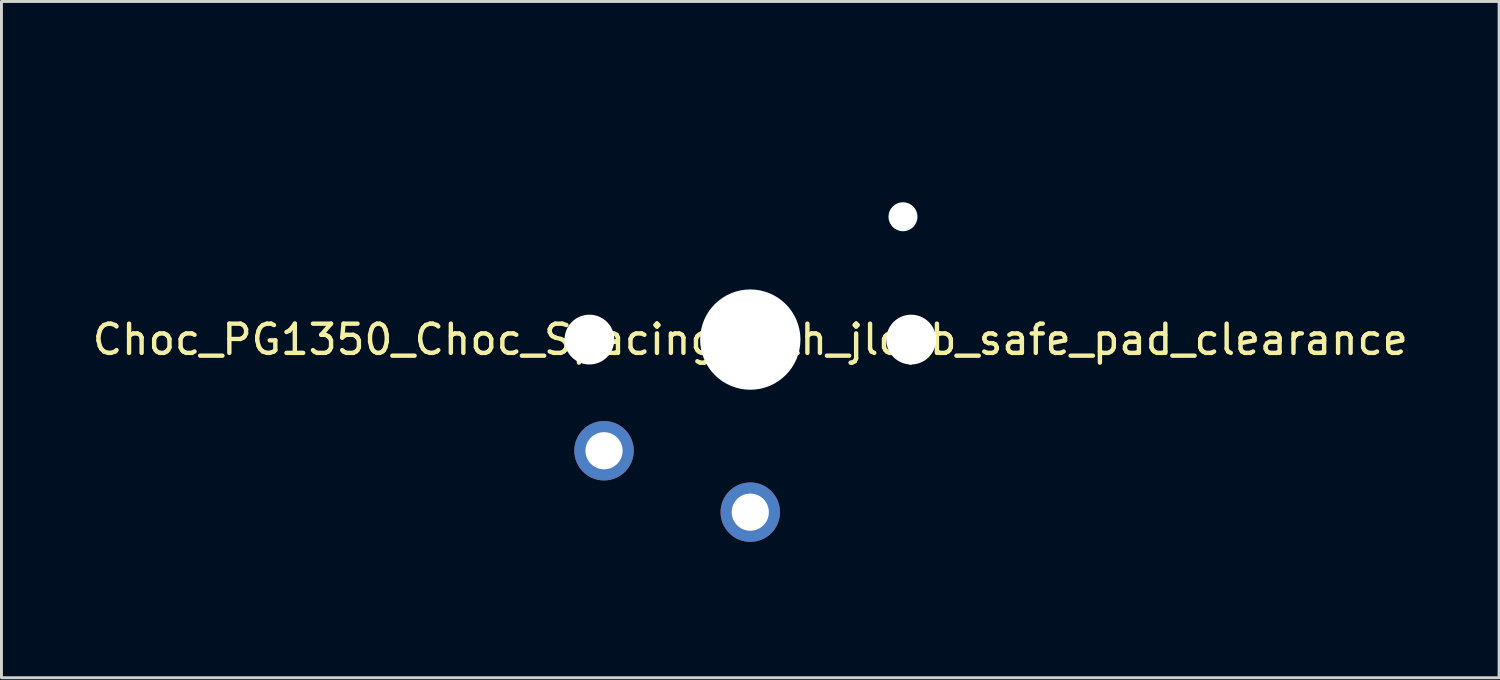
<source format=kicad_pcb>
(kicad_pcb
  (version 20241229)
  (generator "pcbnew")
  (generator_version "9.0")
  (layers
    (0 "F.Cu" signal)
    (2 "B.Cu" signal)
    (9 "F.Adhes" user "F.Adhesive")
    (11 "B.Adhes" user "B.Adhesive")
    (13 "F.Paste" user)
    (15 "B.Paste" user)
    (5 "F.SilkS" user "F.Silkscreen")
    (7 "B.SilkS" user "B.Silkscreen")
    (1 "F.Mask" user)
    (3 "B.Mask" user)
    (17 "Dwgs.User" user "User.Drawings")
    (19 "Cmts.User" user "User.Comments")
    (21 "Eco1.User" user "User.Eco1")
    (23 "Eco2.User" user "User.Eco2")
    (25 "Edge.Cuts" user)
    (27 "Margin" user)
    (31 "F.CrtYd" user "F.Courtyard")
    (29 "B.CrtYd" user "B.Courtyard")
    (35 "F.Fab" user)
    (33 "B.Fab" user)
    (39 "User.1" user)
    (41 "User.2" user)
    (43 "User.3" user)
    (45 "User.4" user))
  (footprint "Choc_PG1350_Choc_Spacing_with_jlcpb_safe_pad_clearance"
    (layer "F.Cu")
    (at 22.601 8.56)
    (property "Reference" "Choc_PG1350_Choc_Spacing_with_jlcpb_safe_pad_clearance" (at 0 0 0) (layer "F.SilkS") (effects (font (size 1 1) (thickness 0.15))))
    (attr through_hole)
    (fp_line (start -9 -8.5) (end 9 -8.5) (stroke (width 0.12) (type solid)) (layer "Eco1.User"))
    (fp_line (start -9 8.5) (end -9 -8.5) (stroke (width 0.12) (type solid)) (layer "Eco1.User"))
    (fp_line (start 9 -8.5) (end 9 8.5) (stroke (width 0.12) (type solid)) (layer "Eco1.User"))
    (fp_line (start 9 8.5) (end -9 8.5) (stroke (width 0.12) (type solid)) (layer "Eco1.User"))
    (fp_line (start -6.9 6.9) (end -6.9 -6.9) (stroke (width 0.15) (type solid)) (layer "Eco2.User"))
    (fp_line (start -6.9 6.9) (end 6.9 6.9) (stroke (width 0.15) (type solid)) (layer "Eco2.User"))
    (fp_line (start -2.6 -3.1) (end -2.6 -6.3) (stroke (width 0.15) (type solid)) (layer "Eco2.User"))
    (fp_line (start -2.6 -3.1) (end 2.6 -3.1) (stroke (width 0.15) (type solid)) (layer "Eco2.User"))
    (fp_line (start 2.6 -6.3) (end -2.6 -6.3) (stroke (width 0.15) (type solid)) (layer "Eco2.User"))
    (fp_line (start 2.6 -3.1) (end 2.6 -6.3) (stroke (width 0.15) (type solid)) (layer "Eco2.User"))
    (fp_line (start 6.9 -6.9) (end -6.9 -6.9) (stroke (width 0.15) (type solid)) (layer "Eco2.User"))
    (fp_line (start 6.9 -6.9) (end 6.9 6.9) (stroke (width 0.15) (type solid)) (layer "Eco2.User"))
    (pad "" np_thru_hole circle (at -5.5 0) (size 1.702 1.702) (drill 1.702) (layers "*.Cu" "*.Mask"))
    (pad "" np_thru_hole circle (at 0 0) (size 3.429 3.429) (drill 3.429) (layers "*.Cu" "*.Mask"))
    (pad "" np_thru_hole circle (at 5.22 -4.2) (size 0.991 0.991) (drill 0.991) (layers "*.Cu" "*.Mask"))
    (pad "" np_thru_hole circle (at 5.5 0) (size 1.702 1.702) (drill 1.702) (layers "*.Cu" "*.Mask"))
    (pad "1" thru_hole circle (at 0 5.9) (size 2.032 2.032) (drill 1.27) (layers "*.Cu" "*.Mask"))
    (pad "2" thru_hole circle (at -5 3.8) (size 2.032 2.032) (drill 1.27) (layers "*.Cu" "*.Mask")))
  (gr_rect
    (start -3 -3)
    (end 48.202 20.12)
    (stroke (width 0.1) (type default))
    (fill no)
    (layer "Edge.Cuts")))
</source>
